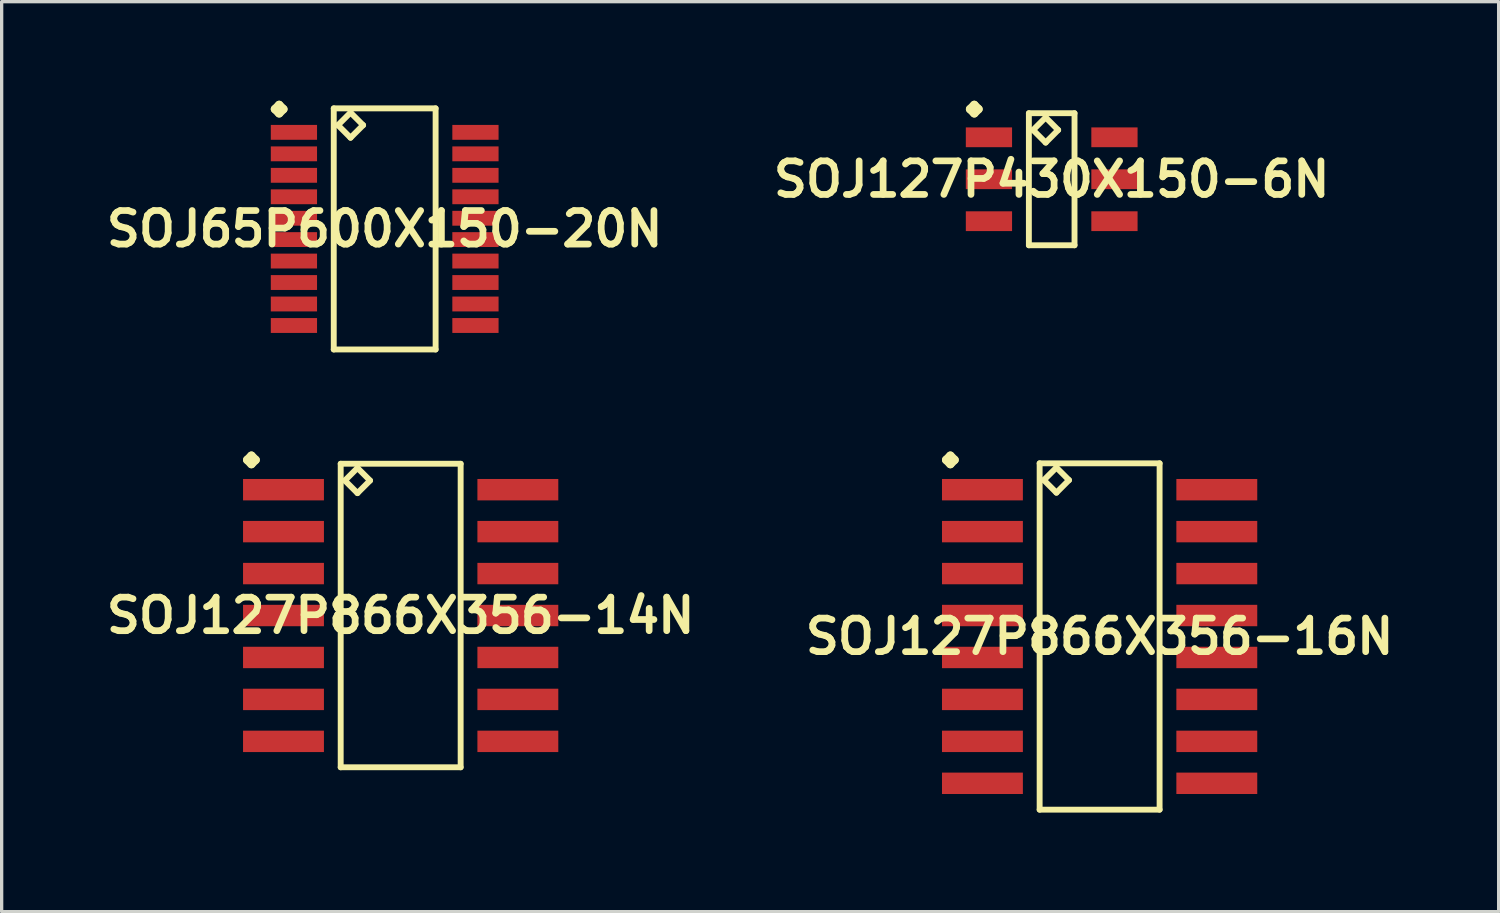
<source format=kicad_pcb>
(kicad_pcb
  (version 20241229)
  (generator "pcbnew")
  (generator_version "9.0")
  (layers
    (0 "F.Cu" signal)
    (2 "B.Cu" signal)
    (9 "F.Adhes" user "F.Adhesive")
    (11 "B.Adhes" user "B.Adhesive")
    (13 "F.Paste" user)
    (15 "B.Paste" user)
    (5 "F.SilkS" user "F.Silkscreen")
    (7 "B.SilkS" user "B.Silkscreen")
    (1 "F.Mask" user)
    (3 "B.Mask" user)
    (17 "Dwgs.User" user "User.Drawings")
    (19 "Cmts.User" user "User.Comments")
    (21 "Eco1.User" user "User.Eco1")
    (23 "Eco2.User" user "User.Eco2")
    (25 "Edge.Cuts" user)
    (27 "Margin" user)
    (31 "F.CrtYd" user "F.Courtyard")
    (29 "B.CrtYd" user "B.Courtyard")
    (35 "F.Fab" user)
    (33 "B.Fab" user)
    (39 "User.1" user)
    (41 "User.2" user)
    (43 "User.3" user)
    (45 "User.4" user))
  (footprint "SOJ127P430X150-6N"
    (layer "F.Cu")
    (at 28.792 2.377)
    (property "Reference" "SOJ127P430X150-6N" (at 0 0 0) (layer "F.SilkS") (effects (font (size 1.016 1.016) (thickness 0.203))))
    (attr smd)
    (fp_line (start -2.471 -2.123) (end -2.344 -2.25) (stroke (width 0.254) (type solid)) (layer "F.SilkS"))
    (fp_line (start -2.344 -2.25) (end -2.217 -2.123) (stroke (width 0.254) (type solid)) (layer "F.SilkS"))
    (fp_line (start -2.344 -1.996) (end -2.471 -2.123) (stroke (width 0.254) (type solid)) (layer "F.SilkS"))
    (fp_line (start -2.217 -2.123) (end -2.344 -1.996) (stroke (width 0.254) (type solid)) (layer "F.SilkS"))
    (fp_line (start -0.691 -1.999) (end -0.691 1.999) (stroke (width 0.178) (type solid)) (layer "F.SilkS"))
    (fp_line (start -0.691 1.999) (end 0.691 1.999) (stroke (width 0.178) (type solid)) (layer "F.SilkS"))
    (fp_line (start -0.564 -1.491) (end -0.183 -1.872) (stroke (width 0.178) (type solid)) (layer "F.SilkS"))
    (fp_line (start -0.183 -1.872) (end 0.196 -1.491) (stroke (width 0.178) (type solid)) (layer "F.SilkS"))
    (fp_line (start -0.183 -1.11) (end -0.564 -1.491) (stroke (width 0.178) (type solid)) (layer "F.SilkS"))
    (fp_line (start 0.196 -1.491) (end -0.183 -1.11) (stroke (width 0.178) (type solid)) (layer "F.SilkS"))
    (fp_line (start 0.691 -1.999) (end -0.691 -1.999) (stroke (width 0.178) (type solid)) (layer "F.SilkS"))
    (fp_line (start 0.691 1.999) (end 0.691 -1.999) (stroke (width 0.178) (type solid)) (layer "F.SilkS"))
    (pad "1" smd rect (at -1.9 -1.27) (size 1.4 0.599) (layers "F.Cu" "F.Mask" "F.Paste"))
    (pad "2" smd rect (at -1.9 0) (size 1.4 0.599) (layers "F.Cu" "F.Mask" "F.Paste"))
    (pad "3" smd rect (at -1.9 1.27) (size 1.4 0.599) (layers "F.Cu" "F.Mask" "F.Paste"))
    (pad "4" smd rect (at 1.9 1.27) (size 1.4 0.599) (layers "F.Cu" "F.Mask" "F.Paste"))
    (pad "5" smd rect (at 1.9 0) (size 1.4 0.599) (layers "F.Cu" "F.Mask" "F.Paste"))
    (pad "6" smd rect (at 1.9 -1.27) (size 1.4 0.599) (layers "F.Cu" "F.Mask" "F.Paste")))
  (footprint "SOJ65P600X150-20N"
    (layer "F.Cu")
    (at 8.597 3.881)
    (property "Reference" "SOJ65P600X150-20N" (at 0 0 0) (layer "F.SilkS") (effects (font (size 1.016 1.016) (thickness 0.203))))
    (attr smd)
    (fp_line (start -3.322 -3.627) (end -3.195 -3.754) (stroke (width 0.254) (type solid)) (layer "F.SilkS"))
    (fp_line (start -3.195 -3.754) (end -3.068 -3.627) (stroke (width 0.254) (type solid)) (layer "F.SilkS"))
    (fp_line (start -3.195 -3.5) (end -3.322 -3.627) (stroke (width 0.254) (type solid)) (layer "F.SilkS"))
    (fp_line (start -3.068 -3.627) (end -3.195 -3.5) (stroke (width 0.254) (type solid)) (layer "F.SilkS"))
    (fp_line (start -1.542 -3.65) (end -1.542 3.65) (stroke (width 0.178) (type solid)) (layer "F.SilkS"))
    (fp_line (start -1.542 3.65) (end 1.542 3.65) (stroke (width 0.178) (type solid)) (layer "F.SilkS"))
    (fp_line (start -1.415 -3.142) (end -1.034 -3.523) (stroke (width 0.178) (type solid)) (layer "F.SilkS"))
    (fp_line (start -1.034 -3.523) (end -0.653 -3.142) (stroke (width 0.178) (type solid)) (layer "F.SilkS"))
    (fp_line (start -1.034 -2.761) (end -1.415 -3.142) (stroke (width 0.178) (type solid)) (layer "F.SilkS"))
    (fp_line (start -0.653 -3.142) (end -1.034 -2.761) (stroke (width 0.178) (type solid)) (layer "F.SilkS"))
    (fp_line (start 1.542 -3.65) (end -1.542 -3.65) (stroke (width 0.178) (type solid)) (layer "F.SilkS"))
    (fp_line (start 1.542 3.65) (end 1.542 -3.65) (stroke (width 0.178) (type solid)) (layer "F.SilkS"))
    (pad "1" smd rect (at -2.748 -2.924) (size 1.4 0.45) (layers "F.Cu" "F.Mask" "F.Paste"))
    (pad "2" smd rect (at -2.748 -2.273) (size 1.4 0.45) (layers "F.Cu" "F.Mask" "F.Paste"))
    (pad "3" smd rect (at -2.748 -1.623) (size 1.4 0.45) (layers "F.Cu" "F.Mask" "F.Paste"))
    (pad "4" smd rect (at -2.748 -0.973) (size 1.4 0.45) (layers "F.Cu" "F.Mask" "F.Paste"))
    (pad "5" smd rect (at -2.748 -0.323) (size 1.4 0.45) (layers "F.Cu" "F.Mask" "F.Paste"))
    (pad "6" smd rect (at -2.748 0.323) (size 1.4 0.45) (layers "F.Cu" "F.Mask" "F.Paste"))
    (pad "7" smd rect (at -2.748 0.973) (size 1.4 0.45) (layers "F.Cu" "F.Mask" "F.Paste"))
    (pad "8" smd rect (at -2.748 1.623) (size 1.4 0.45) (layers "F.Cu" "F.Mask" "F.Paste"))
    (pad "9" smd rect (at -2.748 2.273) (size 1.4 0.45) (layers "F.Cu" "F.Mask" "F.Paste"))
    (pad "10" smd rect (at -2.748 2.924) (size 1.4 0.45) (layers "F.Cu" "F.Mask" "F.Paste"))
    (pad "11" smd rect (at 2.748 2.924) (size 1.4 0.45) (layers "F.Cu" "F.Mask" "F.Paste"))
    (pad "12" smd rect (at 2.748 2.273) (size 1.4 0.45) (layers "F.Cu" "F.Mask" "F.Paste"))
    (pad "13" smd rect (at 2.748 1.623) (size 1.4 0.45) (layers "F.Cu" "F.Mask" "F.Paste"))
    (pad "14" smd rect (at 2.748 0.973) (size 1.4 0.45) (layers "F.Cu" "F.Mask" "F.Paste"))
    (pad "15" smd rect (at 2.748 0.323) (size 1.4 0.45) (layers "F.Cu" "F.Mask" "F.Paste"))
    (pad "16" smd rect (at 2.748 -0.323) (size 1.4 0.45) (layers "F.Cu" "F.Mask" "F.Paste"))
    (pad "17" smd rect (at 2.748 -0.973) (size 1.4 0.45) (layers "F.Cu" "F.Mask" "F.Paste"))
    (pad "18" smd rect (at 2.748 -1.623) (size 1.4 0.45) (layers "F.Cu" "F.Mask" "F.Paste"))
    (pad "19" smd rect (at 2.748 -2.273) (size 1.4 0.45) (layers "F.Cu" "F.Mask" "F.Paste"))
    (pad "20" smd rect (at 2.748 -2.924) (size 1.4 0.45) (layers "F.Cu" "F.Mask" "F.Paste")))
  (footprint "SOJ127P866X356-14N"
    (layer "F.Cu")
    (at 9.081 15.586)
    (property "Reference" "SOJ127P866X356-14N" (at 0 0 0) (layer "F.SilkS") (effects (font (size 1.016 1.016) (thickness 0.203))))
    (attr smd)
    (fp_line (start -4.646 -4.712) (end -4.519 -4.839) (stroke (width 0.254) (type solid)) (layer "F.SilkS"))
    (fp_line (start -4.519 -4.839) (end -4.392 -4.712) (stroke (width 0.254) (type solid)) (layer "F.SilkS"))
    (fp_line (start -4.519 -4.585) (end -4.646 -4.712) (stroke (width 0.254) (type solid)) (layer "F.SilkS"))
    (fp_line (start -4.392 -4.712) (end -4.519 -4.585) (stroke (width 0.254) (type solid)) (layer "F.SilkS"))
    (fp_line (start -1.816 -4.595) (end -1.816 4.595) (stroke (width 0.178) (type solid)) (layer "F.SilkS"))
    (fp_line (start -1.816 4.595) (end 1.816 4.595) (stroke (width 0.178) (type solid)) (layer "F.SilkS"))
    (fp_line (start -1.689 -4.087) (end -1.308 -4.468) (stroke (width 0.178) (type solid)) (layer "F.SilkS"))
    (fp_line (start -1.308 -4.468) (end -0.927 -4.087) (stroke (width 0.178) (type solid)) (layer "F.SilkS"))
    (fp_line (start -1.308 -3.706) (end -1.689 -4.087) (stroke (width 0.178) (type solid)) (layer "F.SilkS"))
    (fp_line (start -0.927 -4.087) (end -1.308 -3.706) (stroke (width 0.178) (type solid)) (layer "F.SilkS"))
    (fp_line (start 1.816 -4.595) (end -1.816 -4.595) (stroke (width 0.178) (type solid)) (layer "F.SilkS"))
    (fp_line (start 1.816 4.595) (end 1.816 -4.595) (stroke (width 0.178) (type solid)) (layer "F.SilkS"))
    (pad "1" smd rect (at -3.548 -3.81) (size 2.449 0.648) (layers "F.Cu" "F.Mask" "F.Paste"))
    (pad "2" smd rect (at -3.548 -2.54) (size 2.449 0.648) (layers "F.Cu" "F.Mask" "F.Paste"))
    (pad "3" smd rect (at -3.548 -1.27) (size 2.449 0.648) (layers "F.Cu" "F.Mask" "F.Paste"))
    (pad "4" smd rect (at -3.548 0) (size 2.449 0.648) (layers "F.Cu" "F.Mask" "F.Paste"))
    (pad "5" smd rect (at -3.548 1.27) (size 2.449 0.648) (layers "F.Cu" "F.Mask" "F.Paste"))
    (pad "6" smd rect (at -3.548 2.54) (size 2.449 0.648) (layers "F.Cu" "F.Mask" "F.Paste"))
    (pad "7" smd rect (at -3.548 3.81) (size 2.449 0.648) (layers "F.Cu" "F.Mask" "F.Paste"))
    (pad "8" smd rect (at 3.548 3.81) (size 2.449 0.648) (layers "F.Cu" "F.Mask" "F.Paste"))
    (pad "9" smd rect (at 3.548 2.54) (size 2.449 0.648) (layers "F.Cu" "F.Mask" "F.Paste"))
    (pad "10" smd rect (at 3.548 1.27) (size 2.449 0.648) (layers "F.Cu" "F.Mask" "F.Paste"))
    (pad "11" smd rect (at 3.548 0) (size 2.449 0.648) (layers "F.Cu" "F.Mask" "F.Paste"))
    (pad "12" smd rect (at 3.548 -1.27) (size 2.449 0.648) (layers "F.Cu" "F.Mask" "F.Paste"))
    (pad "13" smd rect (at 3.548 -2.54) (size 2.449 0.648) (layers "F.Cu" "F.Mask" "F.Paste"))
    (pad "14" smd rect (at 3.548 -3.81) (size 2.449 0.648) (layers "F.Cu" "F.Mask" "F.Paste")))
  (footprint "SOJ127P866X356-16N"
    (layer "F.Cu")
    (at 30.243 16.221)
    (property "Reference" "SOJ127P866X356-16N" (at 0 0 0) (layer "F.SilkS") (effects (font (size 1.016 1.016) (thickness 0.203))))
    (attr smd)
    (fp_line (start -4.646 -5.347) (end -4.519 -5.474) (stroke (width 0.254) (type solid)) (layer "F.SilkS"))
    (fp_line (start -4.519 -5.474) (end -4.392 -5.347) (stroke (width 0.254) (type solid)) (layer "F.SilkS"))
    (fp_line (start -4.519 -5.22) (end -4.646 -5.347) (stroke (width 0.254) (type solid)) (layer "F.SilkS"))
    (fp_line (start -4.392 -5.347) (end -4.519 -5.22) (stroke (width 0.254) (type solid)) (layer "F.SilkS"))
    (fp_line (start -1.816 -5.243) (end -1.816 5.243) (stroke (width 0.178) (type solid)) (layer "F.SilkS"))
    (fp_line (start -1.816 5.243) (end 1.816 5.243) (stroke (width 0.178) (type solid)) (layer "F.SilkS"))
    (fp_line (start -1.689 -4.735) (end -1.308 -5.116) (stroke (width 0.178) (type solid)) (layer "F.SilkS"))
    (fp_line (start -1.308 -5.116) (end -0.927 -4.735) (stroke (width 0.178) (type solid)) (layer "F.SilkS"))
    (fp_line (start -1.308 -4.354) (end -1.689 -4.735) (stroke (width 0.178) (type solid)) (layer "F.SilkS"))
    (fp_line (start -0.927 -4.735) (end -1.308 -4.354) (stroke (width 0.178) (type solid)) (layer "F.SilkS"))
    (fp_line (start 1.816 -5.243) (end -1.816 -5.243) (stroke (width 0.178) (type solid)) (layer "F.SilkS"))
    (fp_line (start 1.816 5.243) (end 1.816 -5.243) (stroke (width 0.178) (type solid)) (layer "F.SilkS"))
    (pad "1" smd rect (at -3.548 -4.445) (size 2.449 0.648) (layers "F.Cu" "F.Mask" "F.Paste"))
    (pad "2" smd rect (at -3.548 -3.175) (size 2.449 0.648) (layers "F.Cu" "F.Mask" "F.Paste"))
    (pad "3" smd rect (at -3.548 -1.905) (size 2.449 0.648) (layers "F.Cu" "F.Mask" "F.Paste"))
    (pad "4" smd rect (at -3.548 -0.635) (size 2.449 0.648) (layers "F.Cu" "F.Mask" "F.Paste"))
    (pad "5" smd rect (at -3.548 0.635) (size 2.449 0.648) (layers "F.Cu" "F.Mask" "F.Paste"))
    (pad "6" smd rect (at -3.548 1.905) (size 2.449 0.648) (layers "F.Cu" "F.Mask" "F.Paste"))
    (pad "7" smd rect (at -3.548 3.175) (size 2.449 0.648) (layers "F.Cu" "F.Mask" "F.Paste"))
    (pad "8" smd rect (at -3.548 4.445) (size 2.449 0.648) (layers "F.Cu" "F.Mask" "F.Paste"))
    (pad "9" smd rect (at 3.548 4.445) (size 2.449 0.648) (layers "F.Cu" "F.Mask" "F.Paste"))
    (pad "10" smd rect (at 3.548 3.175) (size 2.449 0.648) (layers "F.Cu" "F.Mask" "F.Paste"))
    (pad "11" smd rect (at 3.548 1.905) (size 2.449 0.648) (layers "F.Cu" "F.Mask" "F.Paste"))
    (pad "12" smd rect (at 3.548 0.635) (size 2.449 0.648) (layers "F.Cu" "F.Mask" "F.Paste"))
    (pad "13" smd rect (at 3.548 -0.635) (size 2.449 0.648) (layers "F.Cu" "F.Mask" "F.Paste"))
    (pad "14" smd rect (at 3.548 -1.905) (size 2.449 0.648) (layers "F.Cu" "F.Mask" "F.Paste"))
    (pad "15" smd rect (at 3.548 -3.175) (size 2.449 0.648) (layers "F.Cu" "F.Mask" "F.Paste"))
    (pad "16" smd rect (at 3.548 -4.445) (size 2.449 0.648) (layers "F.Cu" "F.Mask" "F.Paste")))
  (gr_rect
    (start -3 -3)
    (end 42.324 24.552)
    (stroke (width 0.1) (type default))
    (fill no)
    (layer "Edge.Cuts")))
</source>
